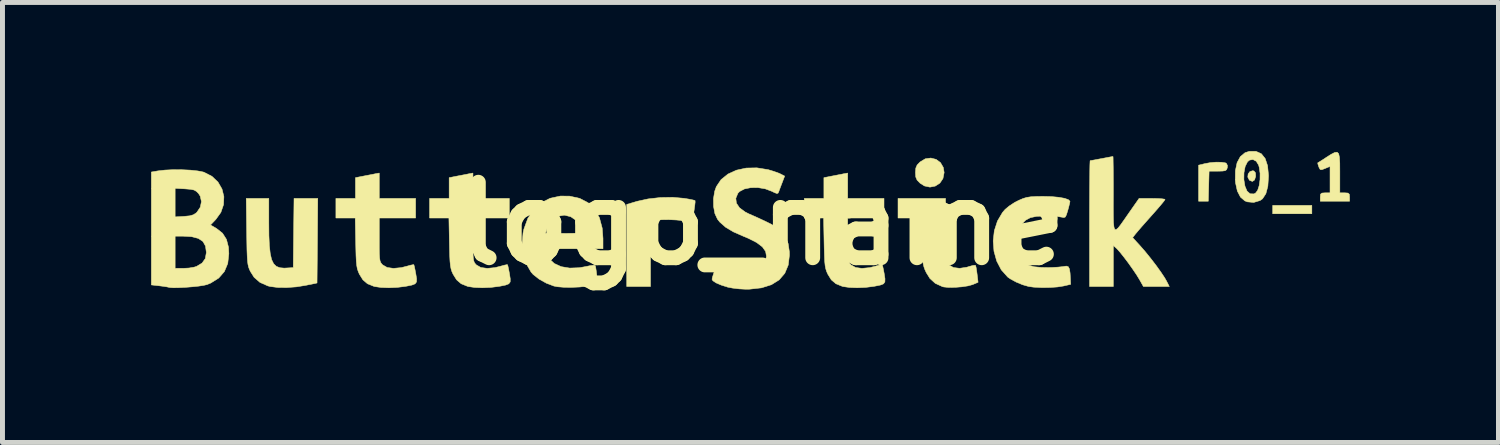
<source format=kicad_pcb>
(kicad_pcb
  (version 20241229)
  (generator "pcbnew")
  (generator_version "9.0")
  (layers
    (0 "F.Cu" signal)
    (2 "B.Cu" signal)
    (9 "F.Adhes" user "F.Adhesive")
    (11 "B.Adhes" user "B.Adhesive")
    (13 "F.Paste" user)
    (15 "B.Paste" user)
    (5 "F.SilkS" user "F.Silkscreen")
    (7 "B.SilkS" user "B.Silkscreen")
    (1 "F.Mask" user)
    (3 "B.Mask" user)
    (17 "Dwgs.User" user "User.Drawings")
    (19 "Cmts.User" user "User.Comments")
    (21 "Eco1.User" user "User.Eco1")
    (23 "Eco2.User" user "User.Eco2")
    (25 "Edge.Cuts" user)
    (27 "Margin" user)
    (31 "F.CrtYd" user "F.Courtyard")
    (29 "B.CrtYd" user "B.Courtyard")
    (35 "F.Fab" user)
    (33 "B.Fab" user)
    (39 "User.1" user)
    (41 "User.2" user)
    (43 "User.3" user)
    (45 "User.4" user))
  (footprint "logo_name"
    (layer "F.Cu")
    (at 12.338 1.463)
    (property "Reference" "logo_name" (at 0 0 0) (layer "F.SilkS") (effects (font (size 1.524 1.524) (thickness 0.3))))
    (attr through_hole)
    (fp_poly (pts (xy 11.091 -0.198) (xy 10.301 -0.198) (xy 10.301 -0.367) (xy 11.091 -0.367) (xy 11.091 -0.198)) (stroke (width 0.01) (type solid)) (fill yes) (layer "F.SilkS"))
    (fp_poly (pts (xy 9.922 -1.062) (xy 9.954 -1.024) (xy 9.957 -0.953) (xy 9.934 -0.88) (xy 9.891 -0.851) (xy 9.836 -0.872) (xy 9.828 -0.88) (xy 9.798 -0.939) (xy 9.805 -1.002) (xy 9.841 -1.05) (xy 9.897 -1.067) (xy 9.922 -1.062)) (stroke (width 0.01) (type solid)) (fill yes) (layer "F.SilkS"))
    (fp_poly (pts (xy 9.265 -1.238) (xy 9.344 -1.226) (xy 9.364 -1.218) (xy 9.388 -1.172) (xy 9.384 -1.126) (xy 9.37 -1.088) (xy 9.342 -1.068) (xy 9.285 -1.06) (xy 9.192 -1.058) (xy 9.017 -1.058) (xy 9.009 -0.755) (xy 9.001 -0.452) (xy 8.805 -0.452) (xy 8.805 -1.179) (xy 8.931 -1.21) (xy 9.04 -1.23) (xy 9.158 -1.24) (xy 9.265 -1.238)) (stroke (width 0.01) (type solid)) (fill yes) (layer "F.SilkS"))
    (fp_poly (pts (xy 3.507 -1.296) (xy 3.595 -1.231) (xy 3.652 -1.133) (xy 3.669 -1.03) (xy 3.645 -0.909) (xy 3.582 -0.816) (xy 3.49 -0.757) (xy 3.383 -0.736) (xy 3.271 -0.76) (xy 3.183 -0.816) (xy 3.123 -0.878) (xy 3.096 -0.941) (xy 3.09 -1.03) (xy 3.097 -1.12) (xy 3.124 -1.183) (xy 3.183 -1.244) (xy 3.289 -1.308) (xy 3.401 -1.323) (xy 3.507 -1.296)) (stroke (width 0.01) (type solid)) (fill yes) (layer "F.SilkS"))
    (fp_poly (pts (xy -1.582 -0.51) (xy -1.479 -0.493) (xy -1.401 -0.477) (xy -1.361 -0.466) (xy -1.359 -0.465) (xy -1.357 -0.433) (xy -1.365 -0.361) (xy -1.379 -0.261) (xy -1.383 -0.239) (xy -1.403 -0.131) (xy -1.42 -0.068) (xy -1.439 -0.04) (xy -1.466 -0.036) (xy -1.481 -0.04) (xy -1.593 -0.059) (xy -1.738 -0.073) (xy -1.892 -0.08) (xy -2.032 -0.078) (xy -2.099 -0.072) (xy -2.258 -0.052) (xy -2.258 1.27) (xy -2.738 1.27) (xy -2.738 -0.387) (xy -2.526 -0.45) (xy -2.306 -0.498) (xy -2.059 -0.526) (xy -1.808 -0.53) (xy -1.582 -0.51)) (stroke (width 0.01) (type solid)) (fill yes) (layer "F.SilkS"))
    (fp_poly (pts (xy 11.632 -1.411) (xy 11.648 -1.339) (xy 11.655 -1.222) (xy 11.656 -1.054) (xy 11.656 -1.03) (xy 11.656 -0.621) (xy 11.755 -0.621) (xy 11.821 -0.616) (xy 11.848 -0.592) (xy 11.853 -0.536) (xy 11.853 -0.452) (xy 11.261 -0.452) (xy 11.261 -0.536) (xy 11.266 -0.593) (xy 11.294 -0.616) (xy 11.359 -0.621) (xy 11.458 -0.621) (xy 11.458 -1.154) (xy 11.359 -1.113) (xy 11.294 -1.088) (xy 11.26 -1.091) (xy 11.239 -1.127) (xy 11.231 -1.146) (xy 11.213 -1.202) (xy 11.21 -1.226) (xy 11.236 -1.242) (xy 11.297 -1.28) (xy 11.378 -1.333) (xy 11.38 -1.335) (xy 11.48 -1.398) (xy 11.552 -1.435) (xy 11.601 -1.441) (xy 11.632 -1.411)) (stroke (width 0.01) (type solid)) (fill yes) (layer "F.SilkS"))
    (fp_poly (pts (xy 3.697 0.765) (xy 3.766 0.834) (xy 3.857 0.887) (xy 3.981 0.903) (xy 4.126 0.881) (xy 4.184 0.863) (xy 4.254 0.844) (xy 4.298 0.842) (xy 4.304 0.846) (xy 4.314 0.884) (xy 4.326 0.959) (xy 4.335 1.026) (xy 4.354 1.185) (xy 4.245 1.231) (xy 4.152 1.257) (xy 4.027 1.276) (xy 3.89 1.287) (xy 3.761 1.289) (xy 3.661 1.279) (xy 3.636 1.273) (xy 3.49 1.206) (xy 3.382 1.108) (xy 3.308 0.989) (xy 3.28 0.928) (xy 3.26 0.871) (xy 3.245 0.808) (xy 3.236 0.727) (xy 3.229 0.617) (xy 3.224 0.469) (xy 3.222 0.36) (xy 3.211 -0.113) (xy 2.738 -0.113) (xy 2.738 -0.508) (xy 3.697 -0.508) (xy 3.697 0.765)) (stroke (width 0.01) (type solid)) (fill yes) (layer "F.SilkS"))
    (fp_poly (pts (xy -9.962 -0.018) (xy -9.96 0.24) (xy -9.951 0.446) (xy -9.933 0.607) (xy -9.906 0.726) (xy -9.865 0.81) (xy -9.811 0.863) (xy -9.74 0.891) (xy -9.652 0.899) (xy -9.614 0.897) (xy -9.469 0.889) (xy -9.461 0.191) (xy -9.453 -0.508) (xy -8.974 -0.508) (xy -8.981 0.346) (xy -8.989 1.199) (xy -9.215 1.246) (xy -9.407 1.277) (xy -9.601 1.291) (xy -9.782 1.289) (xy -9.933 1.27) (xy -9.981 1.258) (xy -10.141 1.187) (xy -10.259 1.084) (xy -10.334 0.966) (xy -10.355 0.921) (xy -10.371 0.876) (xy -10.383 0.823) (xy -10.392 0.753) (xy -10.398 0.659) (xy -10.403 0.532) (xy -10.406 0.365) (xy -10.409 0.162) (xy -10.418 -0.508) (xy -9.962 -0.508) (xy -9.962 -0.018)) (stroke (width 0.01) (type solid)) (fill yes) (layer "F.SilkS"))
    (fp_poly (pts (xy 9.964 -1.458) (xy 10.071 -1.41) (xy 10.149 -1.313) (xy 10.197 -1.169) (xy 10.216 -0.977) (xy 10.216 -0.953) (xy 10.203 -0.755) (xy 10.163 -0.604) (xy 10.096 -0.501) (xy 10.045 -0.465) (xy 9.917 -0.427) (xy 9.788 -0.439) (xy 9.738 -0.459) (xy 9.65 -0.535) (xy 9.587 -0.657) (xy 9.551 -0.821) (xy 9.546 -0.87) (xy 9.546 -0.887) (xy 9.719 -0.887) (xy 9.741 -0.755) (xy 9.783 -0.656) (xy 9.844 -0.602) (xy 9.919 -0.599) (xy 9.954 -0.615) (xy 9.997 -0.671) (xy 10.028 -0.767) (xy 10.045 -0.887) (xy 10.046 -1.015) (xy 10.029 -1.135) (xy 10.016 -1.181) (xy 9.969 -1.258) (xy 9.903 -1.293) (xy 9.834 -1.282) (xy 9.792 -1.247) (xy 9.745 -1.153) (xy 9.721 -1.026) (xy 9.719 -0.887) (xy 9.546 -0.887) (xy 9.548 -1.068) (xy 9.582 -1.23) (xy 9.648 -1.352) (xy 9.743 -1.431) (xy 9.828 -1.458) (xy 9.964 -1.458)) (stroke (width 0.01) (type solid)) (fill yes) (layer "F.SilkS"))
    (fp_poly (pts (xy -7.733 -0.508) (xy -6.999 -0.508) (xy -6.999 -0.113) (xy -7.733 -0.113) (xy -7.733 0.326) (xy -7.733 0.492) (xy -7.731 0.612) (xy -7.726 0.695) (xy -7.717 0.75) (xy -7.703 0.787) (xy -7.682 0.815) (xy -7.664 0.834) (xy -7.573 0.886) (xy -7.446 0.904) (xy -7.289 0.889) (xy -7.181 0.862) (xy -7.102 0.84) (xy -7.048 0.829) (xy -7.035 0.83) (xy -7.026 0.86) (xy -7.011 0.93) (xy -6.995 1.015) (xy -6.979 1.114) (xy -6.981 1.177) (xy -7.01 1.216) (xy -7.074 1.241) (xy -7.182 1.263) (xy -7.212 1.268) (xy -7.372 1.288) (xy -7.541 1.295) (xy -7.698 1.289) (xy -7.824 1.271) (xy -7.842 1.266) (xy -7.971 1.214) (xy -8.063 1.135) (xy -8.134 1.021) (xy -8.157 0.968) (xy -8.175 0.914) (xy -8.187 0.849) (xy -8.196 0.762) (xy -8.202 0.643) (xy -8.206 0.483) (xy -8.208 0.388) (xy -8.218 -0.113) (xy -8.608 -0.113) (xy -8.608 -0.508) (xy -8.213 -0.508) (xy -8.213 -0.927) (xy -8.05 -0.959) (xy -7.946 -0.979) (xy -7.853 -0.997) (xy -7.811 -1.006) (xy -7.733 -1.02) (xy -7.733 -0.508)) (stroke (width 0.01) (type solid)) (fill yes) (layer "F.SilkS"))
    (fp_poly (pts (xy -5.842 -0.508) (xy -5.108 -0.508) (xy -5.108 -0.113) (xy -5.842 -0.113) (xy -5.842 0.326) (xy -5.842 0.492) (xy -5.84 0.612) (xy -5.835 0.695) (xy -5.826 0.75) (xy -5.812 0.787) (xy -5.791 0.815) (xy -5.773 0.834) (xy -5.683 0.886) (xy -5.555 0.904) (xy -5.398 0.889) (xy -5.29 0.862) (xy -5.211 0.84) (xy -5.157 0.829) (xy -5.144 0.83) (xy -5.135 0.86) (xy -5.12 0.93) (xy -5.104 1.015) (xy -5.089 1.114) (xy -5.09 1.177) (xy -5.119 1.216) (xy -5.183 1.241) (xy -5.291 1.263) (xy -5.321 1.268) (xy -5.481 1.288) (xy -5.65 1.295) (xy -5.807 1.289) (xy -5.933 1.271) (xy -5.952 1.266) (xy -6.08 1.214) (xy -6.172 1.135) (xy -6.243 1.021) (xy -6.267 0.968) (xy -6.284 0.914) (xy -6.296 0.849) (xy -6.305 0.762) (xy -6.311 0.643) (xy -6.315 0.483) (xy -6.317 0.388) (xy -6.327 -0.113) (xy -6.717 -0.113) (xy -6.717 -0.508) (xy -6.322 -0.508) (xy -6.322 -0.927) (xy -6.16 -0.959) (xy -6.055 -0.979) (xy -5.962 -0.997) (xy -5.92 -1.006) (xy -5.842 -1.02) (xy -5.842 -0.508)) (stroke (width 0.01) (type solid)) (fill yes) (layer "F.SilkS"))
    (fp_poly (pts (xy 1.722 -0.508) (xy 2.455 -0.508) (xy 2.455 -0.113) (xy 1.722 -0.113) (xy 1.722 0.326) (xy 1.722 0.492) (xy 1.724 0.612) (xy 1.728 0.695) (xy 1.737 0.75) (xy 1.752 0.787) (xy 1.773 0.815) (xy 1.791 0.834) (xy 1.881 0.886) (xy 2.009 0.904) (xy 2.166 0.889) (xy 2.273 0.862) (xy 2.353 0.84) (xy 2.407 0.829) (xy 2.419 0.83) (xy 2.429 0.86) (xy 2.444 0.93) (xy 2.46 1.015) (xy 2.475 1.114) (xy 2.473 1.177) (xy 2.445 1.216) (xy 2.381 1.241) (xy 2.272 1.263) (xy 2.243 1.268) (xy 2.083 1.288) (xy 1.914 1.295) (xy 1.757 1.289) (xy 1.631 1.271) (xy 1.612 1.266) (xy 1.484 1.214) (xy 1.391 1.135) (xy 1.321 1.021) (xy 1.297 0.968) (xy 1.28 0.914) (xy 1.267 0.849) (xy 1.258 0.762) (xy 1.253 0.643) (xy 1.248 0.483) (xy 1.246 0.388) (xy 1.236 -0.113) (xy 0.847 -0.113) (xy 0.847 -0.508) (xy 1.242 -0.508) (xy 1.242 -0.927) (xy 1.404 -0.959) (xy 1.508 -0.979) (xy 1.601 -0.997) (xy 1.644 -1.006) (xy 1.722 -1.02) (xy 1.722 -0.508)) (stroke (width 0.01) (type solid)) (fill yes) (layer "F.SilkS"))
    (fp_poly (pts (xy -3.891 -0.554) (xy -3.687 -0.509) (xy -3.517 -0.42) (xy -3.384 -0.289) (xy -3.289 -0.118) (xy -3.233 0.091) (xy -3.217 0.301) (xy -3.217 0.508) (xy -4.381 0.508) (xy -4.362 0.581) (xy -4.303 0.709) (xy -4.201 0.805) (xy -4.062 0.869) (xy -3.891 0.898) (xy -3.695 0.891) (xy -3.562 0.867) (xy -3.47 0.848) (xy -3.402 0.84) (xy -3.374 0.844) (xy -3.365 0.88) (xy -3.353 0.955) (xy -3.343 1.036) (xy -3.323 1.209) (xy -3.433 1.242) (xy -3.543 1.264) (xy -3.688 1.28) (xy -3.846 1.287) (xy -4.001 1.286) (xy -4.134 1.275) (xy -4.207 1.261) (xy -4.362 1.202) (xy -4.508 1.12) (xy -4.627 1.026) (xy -4.669 0.978) (xy -4.765 0.811) (xy -4.825 0.612) (xy -4.847 0.397) (xy -4.831 0.198) (xy -4.378 0.198) (xy -4.024 0.198) (xy -3.877 0.197) (xy -3.777 0.195) (xy -3.716 0.189) (xy -3.683 0.178) (xy -3.671 0.161) (xy -3.669 0.14) (xy -3.695 0.028) (xy -3.765 -0.068) (xy -3.866 -0.138) (xy -3.987 -0.169) (xy -4.008 -0.169) (xy -4.141 -0.145) (xy -4.249 -0.07) (xy -4.329 0.054) (xy -4.359 0.134) (xy -4.378 0.198) (xy -4.831 0.198) (xy -4.829 0.181) (xy -4.814 0.113) (xy -4.734 -0.105) (xy -4.616 -0.283) (xy -4.464 -0.42) (xy -4.282 -0.512) (xy -4.076 -0.556) (xy -3.891 -0.554)) (stroke (width 0.01) (type solid)) (fill yes) (layer "F.SilkS"))
    (fp_poly (pts (xy 7.079 -1.328) (xy 7.08 -1.251) (xy 7.082 -1.133) (xy 7.083 -0.98) (xy 7.084 -0.8) (xy 7.084 -0.6) (xy 7.084 -0.588) (xy 7.083 -0.346) (xy 7.084 -0.157) (xy 7.087 -0.018) (xy 7.097 0.072) (xy 7.114 0.118) (xy 7.142 0.121) (xy 7.183 0.086) (xy 7.239 0.014) (xy 7.313 -0.091) (xy 7.399 -0.215) (xy 7.604 -0.508) (xy 7.866 -0.508) (xy 7.98 -0.506) (xy 8.069 -0.5) (xy 8.12 -0.492) (xy 8.128 -0.487) (xy 8.11 -0.459) (xy 8.061 -0.398) (xy 7.987 -0.311) (xy 7.895 -0.206) (xy 7.853 -0.159) (xy 7.75 -0.043) (xy 7.657 0.062) (xy 7.583 0.148) (xy 7.535 0.205) (xy 7.526 0.216) (xy 7.474 0.283) (xy 7.622 0.445) (xy 7.726 0.564) (xy 7.837 0.701) (xy 7.947 0.844) (xy 8.045 0.981) (xy 8.122 1.097) (xy 8.159 1.162) (xy 8.214 1.27) (xy 7.952 1.27) (xy 7.691 1.27) (xy 7.612 1.13) (xy 7.554 1.035) (xy 7.476 0.92) (xy 7.389 0.797) (xy 7.3 0.679) (xy 7.22 0.579) (xy 7.159 0.51) (xy 7.145 0.497) (xy 7.084 0.443) (xy 7.084 1.27) (xy 6.604 1.27) (xy 6.604 0) (xy 6.604 -0.262) (xy 6.605 -0.505) (xy 6.606 -0.725) (xy 6.608 -0.915) (xy 6.609 -1.07) (xy 6.611 -1.185) (xy 6.614 -1.253) (xy 6.616 -1.27) (xy 6.647 -1.275) (xy 6.719 -1.288) (xy 6.819 -1.307) (xy 6.848 -1.312) (xy 6.952 -1.332) (xy 7.032 -1.347) (xy 7.074 -1.354) (xy 7.077 -1.355) (xy 7.079 -1.328)) (stroke (width 0.01) (type solid)) (fill yes) (layer "F.SilkS"))
    (fp_poly (pts (xy 5.832 -0.545) (xy 5.982 -0.531) (xy 6.1 -0.51) (xy 6.178 -0.482) (xy 6.209 -0.45) (xy 6.209 -0.448) (xy 6.201 -0.406) (xy 6.182 -0.329) (xy 6.164 -0.264) (xy 6.137 -0.177) (xy 6.115 -0.133) (xy 6.085 -0.122) (xy 6.037 -0.131) (xy 6.03 -0.132) (xy 5.96 -0.143) (xy 5.853 -0.151) (xy 5.731 -0.154) (xy 5.701 -0.154) (xy 5.534 -0.146) (xy 5.41 -0.12) (xy 5.315 -0.07) (xy 5.237 0.008) (xy 5.216 0.035) (xy 5.183 0.09) (xy 5.163 0.149) (xy 5.153 0.231) (xy 5.151 0.35) (xy 5.151 0.367) (xy 5.153 0.492) (xy 5.161 0.576) (xy 5.18 0.638) (xy 5.212 0.692) (xy 5.216 0.699) (xy 5.289 0.782) (xy 5.373 0.838) (xy 5.483 0.871) (xy 5.63 0.885) (xy 5.715 0.887) (xy 5.844 0.886) (xy 5.964 0.879) (xy 6.054 0.87) (xy 6.074 0.867) (xy 6.136 0.858) (xy 6.175 0.871) (xy 6.198 0.915) (xy 6.211 0.998) (xy 6.217 1.1) (xy 6.223 1.226) (xy 6.082 1.259) (xy 5.957 1.279) (xy 5.799 1.29) (xy 5.63 1.291) (xy 5.475 1.283) (xy 5.374 1.269) (xy 5.252 1.234) (xy 5.12 1.179) (xy 5.005 1.116) (xy 4.952 1.079) (xy 4.822 0.933) (xy 4.73 0.756) (xy 4.675 0.558) (xy 4.659 0.35) (xy 4.682 0.144) (xy 4.745 -0.051) (xy 4.847 -0.224) (xy 4.901 -0.287) (xy 4.983 -0.355) (xy 5.091 -0.426) (xy 5.175 -0.469) (xy 5.259 -0.505) (xy 5.334 -0.528) (xy 5.417 -0.541) (xy 5.523 -0.547) (xy 5.659 -0.549) (xy 5.832 -0.545)) (stroke (width 0.01) (type solid)) (fill yes) (layer "F.SilkS"))
    (fp_poly (pts (xy -11.717 -1.087) (xy -11.547 -1.079) (xy -11.398 -1.063) (xy -11.286 -1.041) (xy -11.27 -1.036) (xy -11.11 -0.954) (xy -10.988 -0.838) (xy -10.907 -0.698) (xy -10.869 -0.544) (xy -10.876 -0.383) (xy -10.93 -0.226) (xy -11.032 -0.084) (xy -11.139 0.028) (xy -11.016 0.1) (xy -10.896 0.195) (xy -10.817 0.319) (xy -10.776 0.477) (xy -10.769 0.608) (xy -10.791 0.805) (xy -10.859 0.968) (xy -10.973 1.099) (xy -11.134 1.2) (xy -11.209 1.231) (xy -11.278 1.247) (xy -11.383 1.263) (xy -11.511 1.276) (xy -11.647 1.287) (xy -11.777 1.293) (xy -11.887 1.295) (xy -11.961 1.29) (xy -11.98 1.286) (xy -12.022 1.277) (xy -12.101 1.265) (xy -12.171 1.256) (xy -12.333 1.238) (xy -12.333 0.903) (xy -11.853 0.903) (xy -11.683 0.903) (xy -11.573 0.897) (xy -11.472 0.88) (xy -11.422 0.865) (xy -11.309 0.797) (xy -11.244 0.706) (xy -11.223 0.585) (xy -11.223 0.58) (xy -11.24 0.454) (xy -11.292 0.361) (xy -11.385 0.299) (xy -11.522 0.264) (xy -11.691 0.254) (xy -11.853 0.254) (xy -11.853 0.903) (xy -12.333 0.903) (xy -12.333 -0.135) (xy -11.853 -0.135) (xy -11.669 -0.146) (xy -11.558 -0.157) (xy -11.485 -0.178) (xy -11.43 -0.214) (xy -11.413 -0.23) (xy -11.345 -0.331) (xy -11.322 -0.444) (xy -11.346 -0.553) (xy -11.381 -0.608) (xy -11.425 -0.651) (xy -11.473 -0.678) (xy -11.543 -0.692) (xy -11.651 -0.701) (xy -11.652 -0.701) (xy -11.853 -0.712) (xy -11.853 -0.135) (xy -12.333 -0.135) (xy -12.333 -1.041) (xy -12.199 -1.064) (xy -12.059 -1.08) (xy -11.893 -1.088) (xy -11.717 -1.087)) (stroke (width 0.01) (type solid)) (fill yes) (layer "F.SilkS"))
    (fp_poly (pts (xy 0.114 -1.089) (xy 0.122 -1.087) (xy 0.228 -1.055) (xy 0.323 -1.021) (xy 0.368 -1.001) (xy 0.45 -0.959) (xy 0.399 -0.825) (xy 0.365 -0.737) (xy 0.338 -0.664) (xy 0.33 -0.641) (xy 0.315 -0.613) (xy 0.289 -0.608) (xy 0.237 -0.629) (xy 0.193 -0.651) (xy 0.057 -0.702) (xy -0.091 -0.727) (xy -0.235 -0.725) (xy -0.363 -0.699) (xy -0.46 -0.648) (xy -0.494 -0.612) (xy -0.536 -0.511) (xy -0.524 -0.412) (xy -0.461 -0.318) (xy -0.347 -0.234) (xy -0.278 -0.199) (xy -0.088 -0.115) (xy 0.058 -0.047) (xy 0.166 0.006) (xy 0.246 0.051) (xy 0.304 0.089) (xy 0.348 0.127) (xy 0.356 0.135) (xy 0.459 0.262) (xy 0.52 0.402) (xy 0.545 0.571) (xy 0.546 0.638) (xy 0.522 0.837) (xy 0.453 1.003) (xy 0.339 1.136) (xy 0.182 1.234) (xy -0.018 1.297) (xy -0.259 1.324) (xy -0.338 1.325) (xy -0.468 1.318) (xy -0.6 1.302) (xy -0.699 1.283) (xy -0.831 1.241) (xy -0.934 1.197) (xy -0.999 1.154) (xy -1.016 1.124) (xy -1.007 1.082) (xy -0.983 1.006) (xy -0.957 0.93) (xy -0.898 0.768) (xy -0.74 0.84) (xy -0.579 0.897) (xy -0.417 0.926) (xy -0.262 0.928) (xy -0.125 0.903) (xy -0.018 0.854) (xy 0.049 0.78) (xy 0.053 0.773) (xy 0.083 0.663) (xy 0.066 0.563) (xy 0.000377 0.47) (xy -0.116 0.382) (xy -0.286 0.296) (xy -0.378 0.258) (xy -0.583 0.168) (xy -0.741 0.074) (xy -0.858 -0.029) (xy -0.906 -0.089) (xy -0.958 -0.201) (xy -0.985 -0.345) (xy -0.987 -0.502) (xy -0.962 -0.653) (xy -0.929 -0.746) (xy -0.833 -0.888) (xy -0.694 -1) (xy -0.523 -1.078) (xy -0.326 -1.121) (xy -0.111 -1.125) (xy 0.114 -1.089)) (stroke (width 0.01) (type solid)) (fill yes) (layer "F.SilkS")))
  (gr_rect
    (start -3 -3)
    (end 27.196 5.881)
    (stroke (width 0.1) (type default))
    (fill no)
    (layer "Edge.Cuts")))
</source>
